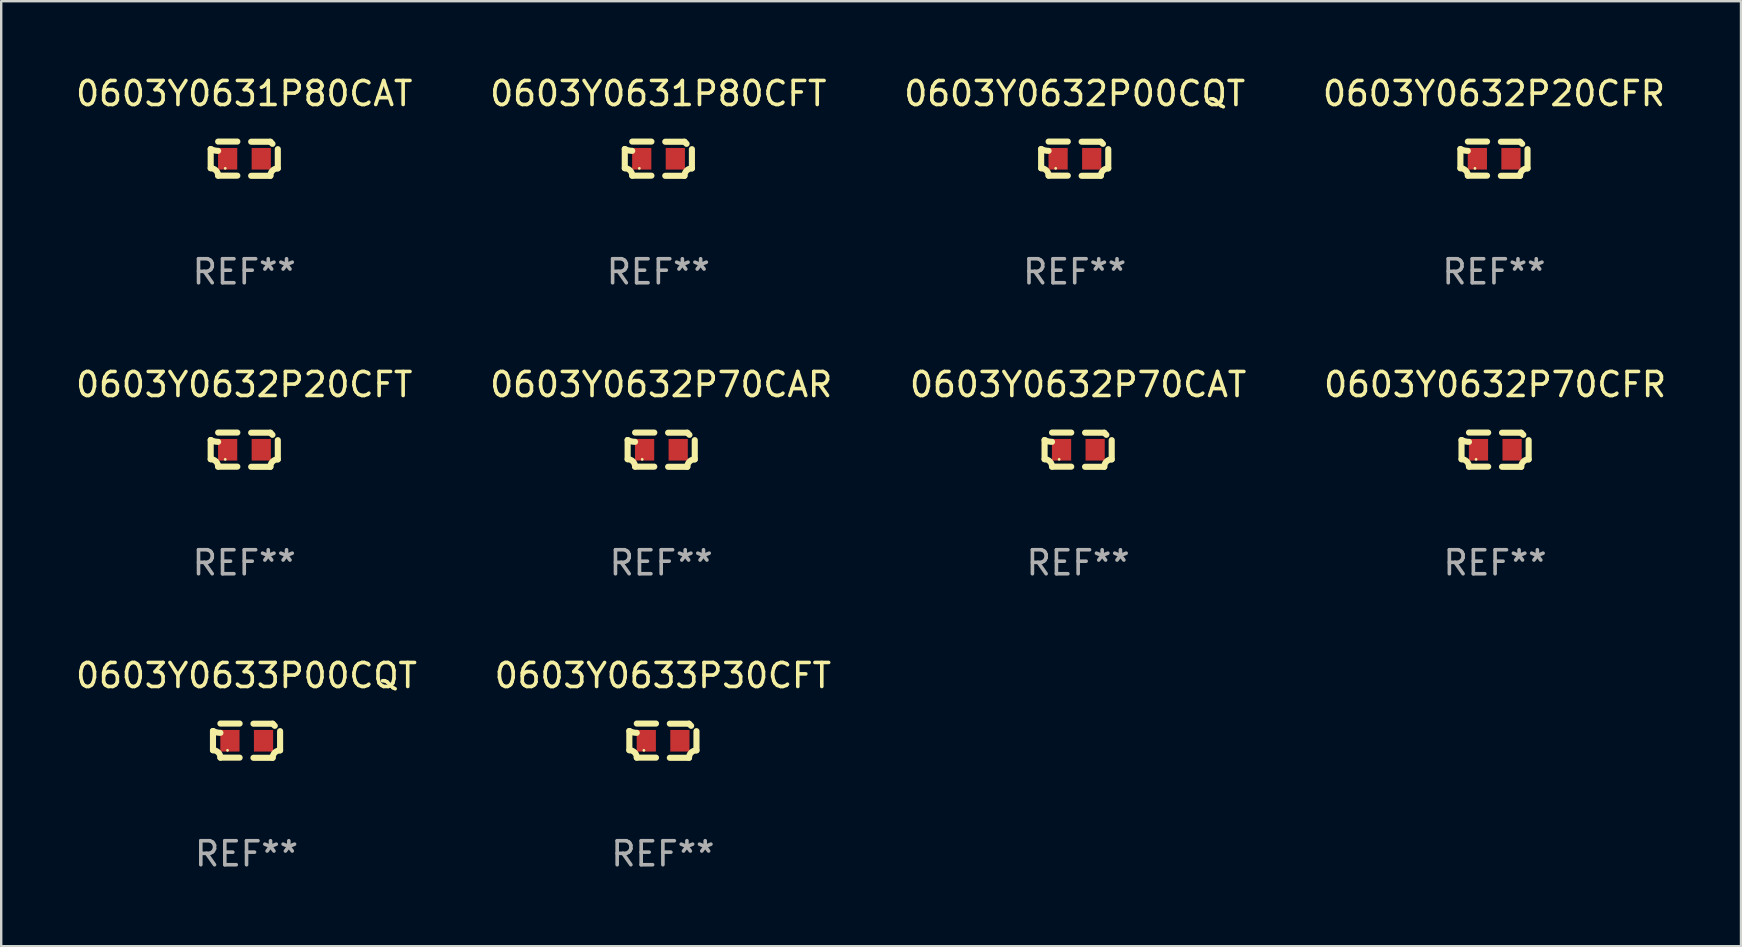
<source format=kicad_pcb>
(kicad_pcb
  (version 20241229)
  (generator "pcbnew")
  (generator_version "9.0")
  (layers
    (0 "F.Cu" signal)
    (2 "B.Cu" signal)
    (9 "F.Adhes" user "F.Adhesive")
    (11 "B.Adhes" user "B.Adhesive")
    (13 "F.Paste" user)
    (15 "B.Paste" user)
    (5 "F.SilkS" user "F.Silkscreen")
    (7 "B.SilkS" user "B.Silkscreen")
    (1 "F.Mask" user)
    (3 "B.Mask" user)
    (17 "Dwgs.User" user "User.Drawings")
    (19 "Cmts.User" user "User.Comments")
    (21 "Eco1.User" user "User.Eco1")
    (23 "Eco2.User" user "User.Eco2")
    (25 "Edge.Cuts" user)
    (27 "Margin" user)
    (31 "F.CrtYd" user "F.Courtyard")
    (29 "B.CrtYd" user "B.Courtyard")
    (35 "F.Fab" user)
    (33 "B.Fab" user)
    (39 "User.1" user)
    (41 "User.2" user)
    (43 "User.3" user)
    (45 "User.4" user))
  (footprint "0603Y0631P80CAT"
    (layer "F.Cu")
    (at 7.125 3.561)
    (property "Reference" "0603Y0631P80CAT" (at 0 -2.713 0) (layer "F.SilkS") (effects (font (size 1 1) (thickness 0.15))))
    (attr through_hole)
    (fp_line (start -1.398 -0.403) (end -1.398 0.397) (stroke (width 0.254) (type solid)) (layer "F.SilkS"))
    (fp_line (start -0.288 -0.713) (end -1.088 -0.713) (stroke (width 0.254) (type solid)) (layer "F.SilkS"))
    (fp_line (start -0.288 0.707) (end -1.088 0.707) (stroke (width 0.254) (type solid)) (layer "F.SilkS"))
    (fp_line (start 0.288 -0.707) (end 1.088 -0.707) (stroke (width 0.254) (type solid)) (layer "F.SilkS"))
    (fp_line (start 0.288 0.713) (end 1.088 0.713) (stroke (width 0.254) (type solid)) (layer "F.SilkS"))
    (fp_line (start 1.398 -0.397) (end 1.398 0.403) (stroke (width 0.254) (type solid)) (layer "F.SilkS"))
    (fp_arc (start -1.397789 0.397066) (mid -1.178701 0.487826) (end -1.08796 0.706922) (stroke (width 0.254001) (type solid)) (layer "F.SilkS"))
    (fp_arc (start -1.08796 -0.327176) (mid -1.247436 -0.346384) (end -1.39779 -0.402908) (stroke (width 0.254001) (type solid)) (layer "F.SilkS"))
    (fp_arc (start 1.087909 0.712738) (mid 1.178656 0.493655) (end 1.397739 0.402908) (stroke (width 0.254001) (type solid)) (layer "F.SilkS"))
    (fp_arc (start 1.175925 -0.618926) (mid 1.131917 -0.662923) (end 1.08791 -0.706922) (stroke (width 0.254001) (type solid)) (layer "F.SilkS"))
    (fp_circle (center -0.792 0.403) (end -0.762 0.403) (stroke (width 0.06) (type solid)) (fill no) (layer "F.SilkS"))
    (fp_text user "REF**" (at 0 4.713 0) (layer "F.Fab") (effects (font (size 1 1) (thickness 0.15))))
    (pad "1" smd rect (at -0.692 0.003) (size 0.8 0.9) (layers "F.Cu" "F.Mask" "F.Paste"))
    (pad "2" smd rect (at 0.708 0.003) (size 0.8 0.9) (layers "F.Cu" "F.Mask" "F.Paste")))
  (footprint "0603Y0632P20CFR"
    (layer "F.Cu")
    (at 59.185 3.561)
    (property "Reference" "0603Y0632P20CFR" (at 0 -2.713 0) (layer "F.SilkS") (effects (font (size 1 1) (thickness 0.15))))
    (attr through_hole)
    (fp_line (start -1.398 -0.403) (end -1.398 0.397) (stroke (width 0.254) (type solid)) (layer "F.SilkS"))
    (fp_line (start -0.288 -0.713) (end -1.088 -0.713) (stroke (width 0.254) (type solid)) (layer "F.SilkS"))
    (fp_line (start -0.288 0.707) (end -1.088 0.707) (stroke (width 0.254) (type solid)) (layer "F.SilkS"))
    (fp_line (start 0.288 -0.707) (end 1.088 -0.707) (stroke (width 0.254) (type solid)) (layer "F.SilkS"))
    (fp_line (start 0.288 0.713) (end 1.088 0.713) (stroke (width 0.254) (type solid)) (layer "F.SilkS"))
    (fp_line (start 1.398 -0.397) (end 1.398 0.403) (stroke (width 0.254) (type solid)) (layer "F.SilkS"))
    (fp_arc (start -1.397789 0.397066) (mid -1.178701 0.487826) (end -1.08796 0.706922) (stroke (width 0.254001) (type solid)) (layer "F.SilkS"))
    (fp_arc (start -1.08796 -0.327176) (mid -1.247436 -0.346384) (end -1.39779 -0.402908) (stroke (width 0.254001) (type solid)) (layer "F.SilkS"))
    (fp_arc (start 1.087909 0.712738) (mid 1.178656 0.493655) (end 1.397739 0.402908) (stroke (width 0.254001) (type solid)) (layer "F.SilkS"))
    (fp_arc (start 1.175925 -0.618926) (mid 1.131917 -0.662923) (end 1.08791 -0.706922) (stroke (width 0.254001) (type solid)) (layer "F.SilkS"))
    (fp_circle (center -0.792 0.403) (end -0.762 0.403) (stroke (width 0.06) (type solid)) (fill no) (layer "F.SilkS"))
    (fp_text user "REF**" (at 0 4.713 0) (layer "F.Fab") (effects (font (size 1 1) (thickness 0.15))))
    (pad "1" smd rect (at -0.692 0.003) (size 0.8 0.9) (layers "F.Cu" "F.Mask" "F.Paste"))
    (pad "2" smd rect (at 0.708 0.003) (size 0.8 0.9) (layers "F.Cu" "F.Mask" "F.Paste")))
  (footprint "0603Y0633P00CQT"
    (layer "F.Cu")
    (at 7.22 27.805)
    (property "Reference" "0603Y0633P00CQT" (at 0 -2.713 0) (layer "F.SilkS") (effects (font (size 1 1) (thickness 0.15))))
    (attr through_hole)
    (fp_line (start -1.398 -0.403) (end -1.398 0.397) (stroke (width 0.254) (type solid)) (layer "F.SilkS"))
    (fp_line (start -0.288 -0.713) (end -1.088 -0.713) (stroke (width 0.254) (type solid)) (layer "F.SilkS"))
    (fp_line (start -0.288 0.707) (end -1.088 0.707) (stroke (width 0.254) (type solid)) (layer "F.SilkS"))
    (fp_line (start 0.288 -0.707) (end 1.088 -0.707) (stroke (width 0.254) (type solid)) (layer "F.SilkS"))
    (fp_line (start 0.288 0.713) (end 1.088 0.713) (stroke (width 0.254) (type solid)) (layer "F.SilkS"))
    (fp_line (start 1.398 -0.397) (end 1.398 0.403) (stroke (width 0.254) (type solid)) (layer "F.SilkS"))
    (fp_arc (start -1.397789 0.397066) (mid -1.178701 0.487826) (end -1.08796 0.706922) (stroke (width 0.254001) (type solid)) (layer "F.SilkS"))
    (fp_arc (start -1.08796 -0.327176) (mid -1.247436 -0.346384) (end -1.39779 -0.402908) (stroke (width 0.254001) (type solid)) (layer "F.SilkS"))
    (fp_arc (start 1.087909 0.712738) (mid 1.178656 0.493655) (end 1.397739 0.402908) (stroke (width 0.254001) (type solid)) (layer "F.SilkS"))
    (fp_arc (start 1.175925 -0.618926) (mid 1.131917 -0.662923) (end 1.08791 -0.706922) (stroke (width 0.254001) (type solid)) (layer "F.SilkS"))
    (fp_circle (center -0.792 0.403) (end -0.762 0.403) (stroke (width 0.06) (type solid)) (fill no) (layer "F.SilkS"))
    (fp_text user "REF**" (at 0 4.713 0) (layer "F.Fab") (effects (font (size 1 1) (thickness 0.15))))
    (pad "1" smd rect (at -0.692 0.003) (size 0.8 0.9) (layers "F.Cu" "F.Mask" "F.Paste"))
    (pad "2" smd rect (at 0.708 0.003) (size 0.8 0.9) (layers "F.Cu" "F.Mask" "F.Paste")))
  (footprint "0603Y0632P70CFR"
    (layer "F.Cu")
    (at 59.232 15.683)
    (property "Reference" "0603Y0632P70CFR" (at 0 -2.713 0) (layer "F.SilkS") (effects (font (size 1 1) (thickness 0.15))))
    (attr through_hole)
    (fp_line (start -1.398 -0.403) (end -1.398 0.397) (stroke (width 0.254) (type solid)) (layer "F.SilkS"))
    (fp_line (start -0.288 -0.713) (end -1.088 -0.713) (stroke (width 0.254) (type solid)) (layer "F.SilkS"))
    (fp_line (start -0.288 0.707) (end -1.088 0.707) (stroke (width 0.254) (type solid)) (layer "F.SilkS"))
    (fp_line (start 0.288 -0.707) (end 1.088 -0.707) (stroke (width 0.254) (type solid)) (layer "F.SilkS"))
    (fp_line (start 0.288 0.713) (end 1.088 0.713) (stroke (width 0.254) (type solid)) (layer "F.SilkS"))
    (fp_line (start 1.398 -0.397) (end 1.398 0.403) (stroke (width 0.254) (type solid)) (layer "F.SilkS"))
    (fp_arc (start -1.397789 0.397066) (mid -1.178701 0.487826) (end -1.08796 0.706922) (stroke (width 0.254001) (type solid)) (layer "F.SilkS"))
    (fp_arc (start -1.08796 -0.327176) (mid -1.247436 -0.346384) (end -1.39779 -0.402908) (stroke (width 0.254001) (type solid)) (layer "F.SilkS"))
    (fp_arc (start 1.087909 0.712738) (mid 1.178656 0.493655) (end 1.397739 0.402908) (stroke (width 0.254001) (type solid)) (layer "F.SilkS"))
    (fp_arc (start 1.175925 -0.618926) (mid 1.131917 -0.662923) (end 1.08791 -0.706922) (stroke (width 0.254001) (type solid)) (layer "F.SilkS"))
    (fp_circle (center -0.792 0.403) (end -0.762 0.403) (stroke (width 0.06) (type solid)) (fill no) (layer "F.SilkS"))
    (fp_text user "REF**" (at 0 4.713 0) (layer "F.Fab") (effects (font (size 1 1) (thickness 0.15))))
    (pad "1" smd rect (at -0.692 0.003) (size 0.8 0.9) (layers "F.Cu" "F.Mask" "F.Paste"))
    (pad "2" smd rect (at 0.708 0.003) (size 0.8 0.9) (layers "F.Cu" "F.Mask" "F.Paste")))
  (footprint "0603Y0632P00CQT"
    (layer "F.Cu")
    (at 41.72 3.561)
    (property "Reference" "0603Y0632P00CQT" (at 0 -2.713 0) (layer "F.SilkS") (effects (font (size 1 1) (thickness 0.15))))
    (attr through_hole)
    (fp_line (start -1.398 -0.403) (end -1.398 0.397) (stroke (width 0.254) (type solid)) (layer "F.SilkS"))
    (fp_line (start -0.288 -0.713) (end -1.088 -0.713) (stroke (width 0.254) (type solid)) (layer "F.SilkS"))
    (fp_line (start -0.288 0.707) (end -1.088 0.707) (stroke (width 0.254) (type solid)) (layer "F.SilkS"))
    (fp_line (start 0.288 -0.707) (end 1.088 -0.707) (stroke (width 0.254) (type solid)) (layer "F.SilkS"))
    (fp_line (start 0.288 0.713) (end 1.088 0.713) (stroke (width 0.254) (type solid)) (layer "F.SilkS"))
    (fp_line (start 1.398 -0.397) (end 1.398 0.403) (stroke (width 0.254) (type solid)) (layer "F.SilkS"))
    (fp_arc (start -1.397789 0.397066) (mid -1.178701 0.487826) (end -1.08796 0.706922) (stroke (width 0.254001) (type solid)) (layer "F.SilkS"))
    (fp_arc (start -1.08796 -0.327176) (mid -1.247436 -0.346384) (end -1.39779 -0.402908) (stroke (width 0.254001) (type solid)) (layer "F.SilkS"))
    (fp_arc (start 1.087909 0.712738) (mid 1.178656 0.493655) (end 1.397739 0.402908) (stroke (width 0.254001) (type solid)) (layer "F.SilkS"))
    (fp_arc (start 1.175925 -0.618926) (mid 1.131917 -0.662923) (end 1.08791 -0.706922) (stroke (width 0.254001) (type solid)) (layer "F.SilkS"))
    (fp_circle (center -0.792 0.403) (end -0.762 0.403) (stroke (width 0.06) (type solid)) (fill no) (layer "F.SilkS"))
    (fp_text user "REF**" (at 0 4.713 0) (layer "F.Fab") (effects (font (size 1 1) (thickness 0.15))))
    (pad "1" smd rect (at -0.692 0.003) (size 0.8 0.9) (layers "F.Cu" "F.Mask" "F.Paste"))
    (pad "2" smd rect (at 0.708 0.003) (size 0.8 0.9) (layers "F.Cu" "F.Mask" "F.Paste")))
  (footprint "0603Y0632P20CFT"
    (layer "F.Cu")
    (at 7.125 15.683)
    (property "Reference" "0603Y0632P20CFT" (at 0 -2.713 0) (layer "F.SilkS") (effects (font (size 1 1) (thickness 0.15))))
    (attr through_hole)
    (fp_line (start -1.398 -0.403) (end -1.398 0.397) (stroke (width 0.254) (type solid)) (layer "F.SilkS"))
    (fp_line (start -0.288 -0.713) (end -1.088 -0.713) (stroke (width 0.254) (type solid)) (layer "F.SilkS"))
    (fp_line (start -0.288 0.707) (end -1.088 0.707) (stroke (width 0.254) (type solid)) (layer "F.SilkS"))
    (fp_line (start 0.288 -0.707) (end 1.088 -0.707) (stroke (width 0.254) (type solid)) (layer "F.SilkS"))
    (fp_line (start 0.288 0.713) (end 1.088 0.713) (stroke (width 0.254) (type solid)) (layer "F.SilkS"))
    (fp_line (start 1.398 -0.397) (end 1.398 0.403) (stroke (width 0.254) (type solid)) (layer "F.SilkS"))
    (fp_arc (start -1.397789 0.397066) (mid -1.178701 0.487826) (end -1.08796 0.706922) (stroke (width 0.254001) (type solid)) (layer "F.SilkS"))
    (fp_arc (start -1.08796 -0.327176) (mid -1.247436 -0.346384) (end -1.39779 -0.402908) (stroke (width 0.254001) (type solid)) (layer "F.SilkS"))
    (fp_arc (start 1.087909 0.712738) (mid 1.178656 0.493655) (end 1.397739 0.402908) (stroke (width 0.254001) (type solid)) (layer "F.SilkS"))
    (fp_arc (start 1.175925 -0.618926) (mid 1.131917 -0.662923) (end 1.08791 -0.706922) (stroke (width 0.254001) (type solid)) (layer "F.SilkS"))
    (fp_circle (center -0.792 0.403) (end -0.762 0.403) (stroke (width 0.06) (type solid)) (fill no) (layer "F.SilkS"))
    (fp_text user "REF**" (at 0 4.713 0) (layer "F.Fab") (effects (font (size 1 1) (thickness 0.15))))
    (pad "1" smd rect (at -0.692 0.003) (size 0.8 0.9) (layers "F.Cu" "F.Mask" "F.Paste"))
    (pad "2" smd rect (at 0.708 0.003) (size 0.8 0.9) (layers "F.Cu" "F.Mask" "F.Paste")))
  (footprint "0603Y0633P30CFT"
    (layer "F.Cu")
    (at 24.565 27.805)
    (property "Reference" "0603Y0633P30CFT" (at 0 -2.713 0) (layer "F.SilkS") (effects (font (size 1 1) (thickness 0.15))))
    (attr through_hole)
    (fp_line (start -1.398 -0.403) (end -1.398 0.397) (stroke (width 0.254) (type solid)) (layer "F.SilkS"))
    (fp_line (start -0.288 -0.713) (end -1.088 -0.713) (stroke (width 0.254) (type solid)) (layer "F.SilkS"))
    (fp_line (start -0.288 0.707) (end -1.088 0.707) (stroke (width 0.254) (type solid)) (layer "F.SilkS"))
    (fp_line (start 0.288 -0.707) (end 1.088 -0.707) (stroke (width 0.254) (type solid)) (layer "F.SilkS"))
    (fp_line (start 0.288 0.713) (end 1.088 0.713) (stroke (width 0.254) (type solid)) (layer "F.SilkS"))
    (fp_line (start 1.398 -0.397) (end 1.398 0.403) (stroke (width 0.254) (type solid)) (layer "F.SilkS"))
    (fp_arc (start -1.397789 0.397066) (mid -1.178701 0.487826) (end -1.08796 0.706922) (stroke (width 0.254001) (type solid)) (layer "F.SilkS"))
    (fp_arc (start -1.08796 -0.327176) (mid -1.247436 -0.346384) (end -1.39779 -0.402908) (stroke (width 0.254001) (type solid)) (layer "F.SilkS"))
    (fp_arc (start 1.087909 0.712738) (mid 1.178656 0.493655) (end 1.397739 0.402908) (stroke (width 0.254001) (type solid)) (layer "F.SilkS"))
    (fp_arc (start 1.175925 -0.618926) (mid 1.131917 -0.662923) (end 1.08791 -0.706922) (stroke (width 0.254001) (type solid)) (layer "F.SilkS"))
    (fp_circle (center -0.792 0.403) (end -0.762 0.403) (stroke (width 0.06) (type solid)) (fill no) (layer "F.SilkS"))
    (fp_text user "REF**" (at 0 4.713 0) (layer "F.Fab") (effects (font (size 1 1) (thickness 0.15))))
    (pad "1" smd rect (at -0.692 0.003) (size 0.8 0.9) (layers "F.Cu" "F.Mask" "F.Paste"))
    (pad "2" smd rect (at 0.708 0.003) (size 0.8 0.9) (layers "F.Cu" "F.Mask" "F.Paste")))
  (footprint "0603Y0631P80CFT"
    (layer "F.Cu")
    (at 24.375 3.561)
    (property "Reference" "0603Y0631P80CFT" (at 0 -2.713 0) (layer "F.SilkS") (effects (font (size 1 1) (thickness 0.15))))
    (attr through_hole)
    (fp_line (start -1.398 -0.403) (end -1.398 0.397) (stroke (width 0.254) (type solid)) (layer "F.SilkS"))
    (fp_line (start -0.288 -0.713) (end -1.088 -0.713) (stroke (width 0.254) (type solid)) (layer "F.SilkS"))
    (fp_line (start -0.288 0.707) (end -1.088 0.707) (stroke (width 0.254) (type solid)) (layer "F.SilkS"))
    (fp_line (start 0.288 -0.707) (end 1.088 -0.707) (stroke (width 0.254) (type solid)) (layer "F.SilkS"))
    (fp_line (start 0.288 0.713) (end 1.088 0.713) (stroke (width 0.254) (type solid)) (layer "F.SilkS"))
    (fp_line (start 1.398 -0.397) (end 1.398 0.403) (stroke (width 0.254) (type solid)) (layer "F.SilkS"))
    (fp_arc (start -1.397789 0.397066) (mid -1.178701 0.487826) (end -1.08796 0.706922) (stroke (width 0.254001) (type solid)) (layer "F.SilkS"))
    (fp_arc (start -1.08796 -0.327176) (mid -1.247436 -0.346384) (end -1.39779 -0.402908) (stroke (width 0.254001) (type solid)) (layer "F.SilkS"))
    (fp_arc (start 1.087909 0.712738) (mid 1.178656 0.493655) (end 1.397739 0.402908) (stroke (width 0.254001) (type solid)) (layer "F.SilkS"))
    (fp_arc (start 1.175925 -0.618926) (mid 1.131917 -0.662923) (end 1.08791 -0.706922) (stroke (width 0.254001) (type solid)) (layer "F.SilkS"))
    (fp_circle (center -0.792 0.403) (end -0.762 0.403) (stroke (width 0.06) (type solid)) (fill no) (layer "F.SilkS"))
    (fp_text user "REF**" (at 0 4.713 0) (layer "F.Fab") (effects (font (size 1 1) (thickness 0.15))))
    (pad "1" smd rect (at -0.692 0.003) (size 0.8 0.9) (layers "F.Cu" "F.Mask" "F.Paste"))
    (pad "2" smd rect (at 0.708 0.003) (size 0.8 0.9) (layers "F.Cu" "F.Mask" "F.Paste")))
  (footprint "0603Y0632P70CAT"
    (layer "F.Cu")
    (at 41.863 15.683)
    (property "Reference" "0603Y0632P70CAT" (at 0 -2.713 0) (layer "F.SilkS") (effects (font (size 1 1) (thickness 0.15))))
    (attr through_hole)
    (fp_line (start -1.398 -0.403) (end -1.398 0.397) (stroke (width 0.254) (type solid)) (layer "F.SilkS"))
    (fp_line (start -0.288 -0.713) (end -1.088 -0.713) (stroke (width 0.254) (type solid)) (layer "F.SilkS"))
    (fp_line (start -0.288 0.707) (end -1.088 0.707) (stroke (width 0.254) (type solid)) (layer "F.SilkS"))
    (fp_line (start 0.288 -0.707) (end 1.088 -0.707) (stroke (width 0.254) (type solid)) (layer "F.SilkS"))
    (fp_line (start 0.288 0.713) (end 1.088 0.713) (stroke (width 0.254) (type solid)) (layer "F.SilkS"))
    (fp_line (start 1.398 -0.397) (end 1.398 0.403) (stroke (width 0.254) (type solid)) (layer "F.SilkS"))
    (fp_arc (start -1.397789 0.397066) (mid -1.178701 0.487826) (end -1.08796 0.706922) (stroke (width 0.254001) (type solid)) (layer "F.SilkS"))
    (fp_arc (start -1.08796 -0.327176) (mid -1.247436 -0.346384) (end -1.39779 -0.402908) (stroke (width 0.254001) (type solid)) (layer "F.SilkS"))
    (fp_arc (start 1.087909 0.712738) (mid 1.178656 0.493655) (end 1.397739 0.402908) (stroke (width 0.254001) (type solid)) (layer "F.SilkS"))
    (fp_arc (start 1.175925 -0.618926) (mid 1.131917 -0.662923) (end 1.08791 -0.706922) (stroke (width 0.254001) (type solid)) (layer "F.SilkS"))
    (fp_circle (center -0.792 0.403) (end -0.762 0.403) (stroke (width 0.06) (type solid)) (fill no) (layer "F.SilkS"))
    (fp_text user "REF**" (at 0 4.713 0) (layer "F.Fab") (effects (font (size 1 1) (thickness 0.15))))
    (pad "1" smd rect (at -0.692 0.003) (size 0.8 0.9) (layers "F.Cu" "F.Mask" "F.Paste"))
    (pad "2" smd rect (at 0.708 0.003) (size 0.8 0.9) (layers "F.Cu" "F.Mask" "F.Paste")))
  (footprint "0603Y0632P70CAR"
    (layer "F.Cu")
    (at 24.494 15.683)
    (property "Reference" "0603Y0632P70CAR" (at 0 -2.713 0) (layer "F.SilkS") (effects (font (size 1 1) (thickness 0.15))))
    (attr through_hole)
    (fp_line (start -1.398 -0.403) (end -1.398 0.397) (stroke (width 0.254) (type solid)) (layer "F.SilkS"))
    (fp_line (start -0.288 -0.713) (end -1.088 -0.713) (stroke (width 0.254) (type solid)) (layer "F.SilkS"))
    (fp_line (start -0.288 0.707) (end -1.088 0.707) (stroke (width 0.254) (type solid)) (layer "F.SilkS"))
    (fp_line (start 0.288 -0.707) (end 1.088 -0.707) (stroke (width 0.254) (type solid)) (layer "F.SilkS"))
    (fp_line (start 0.288 0.713) (end 1.088 0.713) (stroke (width 0.254) (type solid)) (layer "F.SilkS"))
    (fp_line (start 1.398 -0.397) (end 1.398 0.403) (stroke (width 0.254) (type solid)) (layer "F.SilkS"))
    (fp_arc (start -1.397789 0.397066) (mid -1.178701 0.487826) (end -1.08796 0.706922) (stroke (width 0.254001) (type solid)) (layer "F.SilkS"))
    (fp_arc (start -1.08796 -0.327176) (mid -1.247436 -0.346384) (end -1.39779 -0.402908) (stroke (width 0.254001) (type solid)) (layer "F.SilkS"))
    (fp_arc (start 1.087909 0.712738) (mid 1.178656 0.493655) (end 1.397739 0.402908) (stroke (width 0.254001) (type solid)) (layer "F.SilkS"))
    (fp_arc (start 1.175925 -0.618926) (mid 1.131917 -0.662923) (end 1.08791 -0.706922) (stroke (width 0.254001) (type solid)) (layer "F.SilkS"))
    (fp_circle (center -0.792 0.403) (end -0.762 0.403) (stroke (width 0.06) (type solid)) (fill no) (layer "F.SilkS"))
    (fp_text user "REF**" (at 0 4.713 0) (layer "F.Fab") (effects (font (size 1 1) (thickness 0.15))))
    (pad "1" smd rect (at -0.692 0.003) (size 0.8 0.9) (layers "F.Cu" "F.Mask" "F.Paste"))
    (pad "2" smd rect (at 0.708 0.003) (size 0.8 0.9) (layers "F.Cu" "F.Mask" "F.Paste")))
  (gr_rect
    (start -3 -3)
    (end 69.476 36.366)
    (stroke (width 0.1) (type default))
    (fill no)
    (layer "Edge.Cuts")))
</source>
